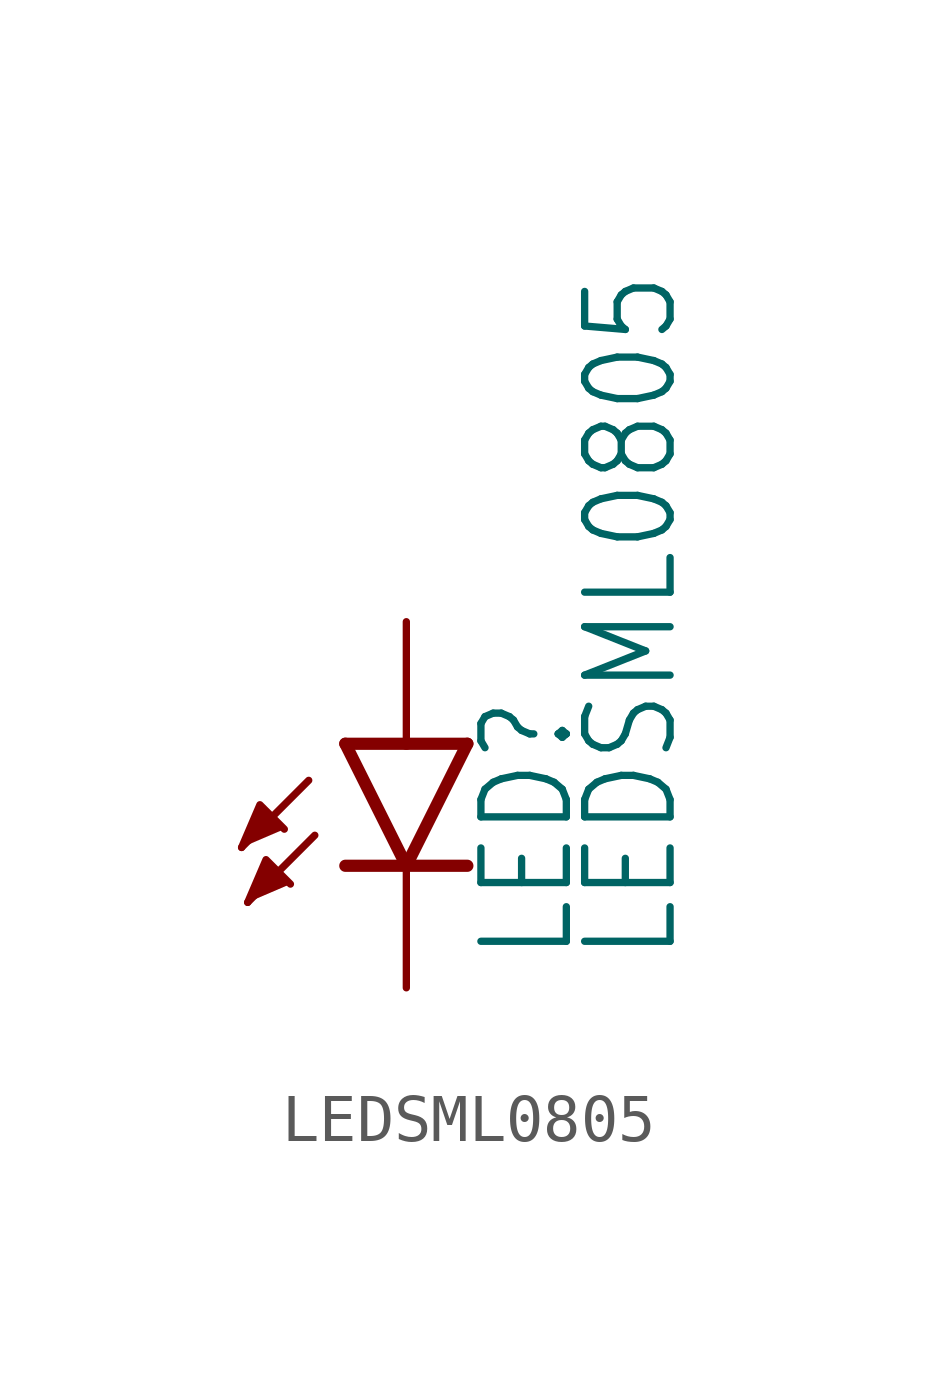
<source format=kicad_sym>
(kicad_symbol_lib
  (version 20211014)
  (generator kicad_symbol_editor)
  (symbol "LEDSML0805"
    (property "Reference" "LED"
      (at 3.556 -4.572 90)
      (effects (font (size 1.778 1.511)) (justify left bottom)))
    (property "Value" "LEDSML0805"
      (at 5.715 -4.572 90)
      (effects (font (size 1.778 1.511)) (justify left bottom)))
    (property "ki_locked" ""
      (at 0 0 0)
      (effects (font (size 1.27 1.27))))
    (symbol "LEDSML0805_1_0"
      (polyline (pts (xy -2.032 -0.762) (xy -3.429 -2.159)) (stroke (width 0.152) (type default) (color 0 0 0 0)) (fill (type none)))
      (polyline (pts (xy -1.905 -1.905) (xy -3.302 -3.302)) (stroke (width 0.152) (type default) (color 0 0 0 0)) (fill (type none)))
      (polyline (pts (xy 0 -2.54) (xy -1.27 -2.54)) (stroke (width 0.254) (type default) (color 0 0 0 0)) (fill (type none)))
      (polyline (pts (xy 0 -2.54) (xy -1.27 0)) (stroke (width 0.254) (type default) (color 0 0 0 0)) (fill (type none)))
      (polyline (pts (xy 0 0) (xy -1.27 0)) (stroke (width 0.254) (type default) (color 0 0 0 0)) (fill (type none)))
      (polyline (pts (xy 1.27 -2.54) (xy 0 -2.54)) (stroke (width 0.254) (type default) (color 0 0 0 0)) (fill (type none)))
      (polyline (pts (xy 1.27 0) (xy 0 -2.54)) (stroke (width 0.254) (type default) (color 0 0 0 0)) (fill (type none)))
      (polyline (pts (xy 1.27 0) (xy 0 0)) (stroke (width 0.254) (type default) (color 0 0 0 0)) (fill (type none)))
      (polyline (pts (xy -3.429 -2.159) (xy -3.048 -1.27) (xy -2.54 -1.778)) (stroke (width 0) (type default) (color 0 0 0 0)) (fill (type outline)))
      (polyline (pts (xy -3.302 -3.302) (xy -2.921 -2.413) (xy -2.413 -2.921)) (stroke (width 0) (type default) (color 0 0 0 0)) (fill (type outline)))
      (pin passive line (at 0 2.54 270) (length 2.54) (name "A" (effects (font (size 0 0)))) (number "A" (effects (font (size 0 0)))))
      (pin passive line (at 0 -5.08 90) (length 2.54) (name "C" (effects (font (size 0 0)))) (number "C" (effects (font (size 0 0))))))))
</source>
